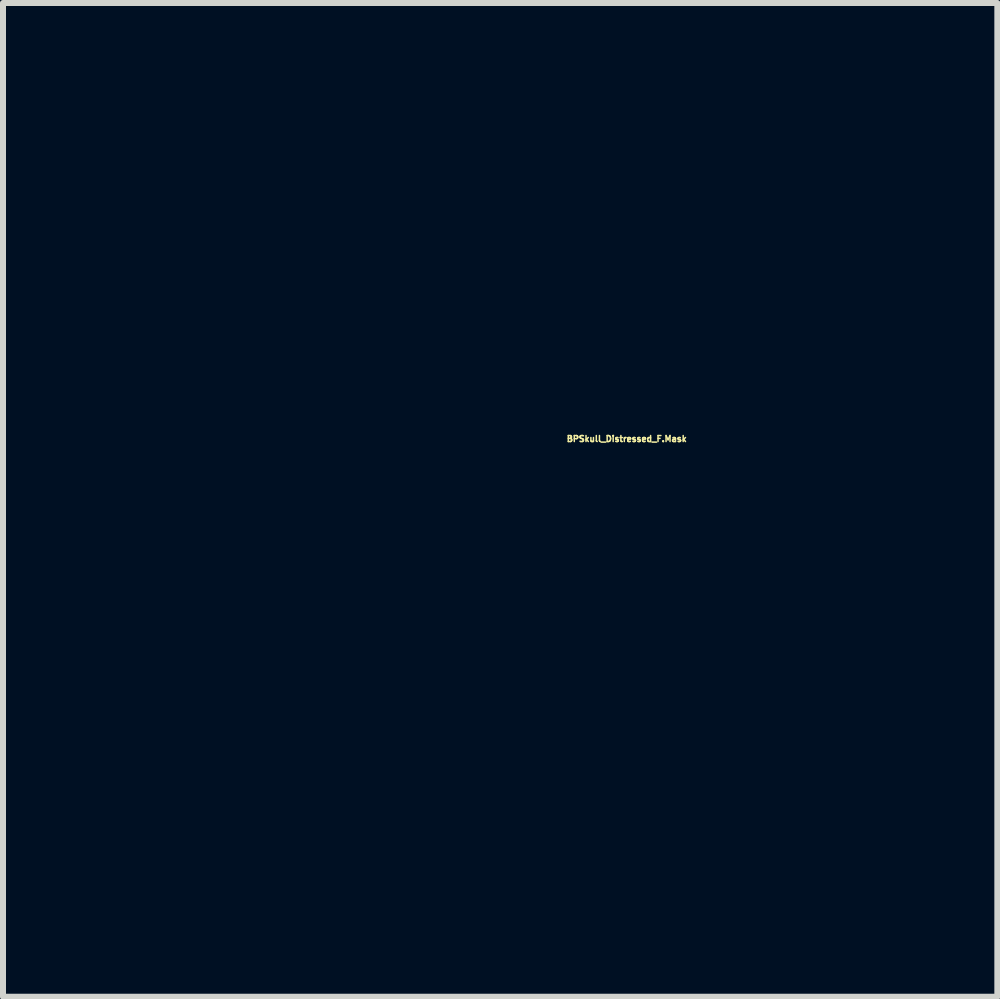
<source format=kicad_pcb>
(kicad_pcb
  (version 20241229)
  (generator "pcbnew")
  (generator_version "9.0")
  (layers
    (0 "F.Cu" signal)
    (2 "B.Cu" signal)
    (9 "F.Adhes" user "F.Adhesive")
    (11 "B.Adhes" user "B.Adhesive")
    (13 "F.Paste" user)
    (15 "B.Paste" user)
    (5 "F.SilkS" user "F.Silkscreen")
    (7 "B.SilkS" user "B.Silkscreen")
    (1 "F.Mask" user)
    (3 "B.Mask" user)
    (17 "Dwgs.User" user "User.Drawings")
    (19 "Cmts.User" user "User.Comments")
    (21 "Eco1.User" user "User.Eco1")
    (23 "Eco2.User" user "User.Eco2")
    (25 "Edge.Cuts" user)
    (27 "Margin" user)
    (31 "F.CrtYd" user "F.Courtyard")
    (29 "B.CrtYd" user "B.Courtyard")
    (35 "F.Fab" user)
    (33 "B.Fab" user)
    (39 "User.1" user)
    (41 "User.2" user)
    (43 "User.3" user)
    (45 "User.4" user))
  (footprint "BPSkull_Distressed_F.Mask"
    (layer "F.Cu")
    (at 5.259 5.278)
    (property "Reference" "BPSkull_Distressed_F.Mask" (at 2.134 -1.016 0) (layer "F.SilkS") (effects (font (size 0.1 0.1) (thickness 0.025))))
    (attr board_only exclude_from_pos_files exclude_from_bom)
    (fp_poly (pts (xy -2.543 -0.958) (xy -2.4 -0.861) (xy -2.374 -0.842) (xy -2.13 -0.66) (xy -2.11 -0.828) (xy -2.09 -0.937) (xy -2.057 -0.987) (xy -2.012 -0.996) (xy -1.968 -0.987) (xy -1.942 -0.945) (xy -1.928 -0.854) (xy -1.922 -0.766) (xy -1.911 -0.536) (xy -1.662 -0.559) (xy -1.515 -0.569) (xy -1.425 -0.56) (xy -1.373 -0.532) (xy -1.363 -0.522) (xy -1.335 -0.448) (xy -1.355 -0.397) (xy -1.393 -0.362) (xy -1.463 -0.345) (xy -1.584 -0.343) (xy -1.656 -0.346) (xy -1.915 -0.36) (xy -1.915 -0.165) (xy -1.928 -0.023) (xy -1.963 0.068) (xy -2.015 0.097) (xy -2.064 0.069) (xy -2.096 0.000428) (xy -2.11 -0.102) (xy -2.11 -0.106) (xy -2.115 -0.193) (xy -2.128 -0.234) (xy -2.13 -0.234) (xy -2.168 -0.213) (xy -2.252 -0.156) (xy -2.365 -0.075) (xy -2.388 -0.059) (xy -2.521 0.037) (xy -2.606 0.092) (xy -2.659 0.112) (xy -2.693 0.105) (xy -2.709 0.091) (xy -2.724 0.04) (xy -2.733 -0.062) (xy -2.735 -0.147) (xy -2.735 -0.359) (xy -2.98 -0.351) (xy -3.145 -0.346) (xy -3.247 -0.348) (xy -3.3 -0.363) (xy -3.318 -0.393) (xy -3.316 -0.445) (xy -3.315 -0.45) (xy -2.54 -0.45) (xy -2.537 -0.31) (xy -2.521 -0.237) (xy -2.479 -0.226) (xy -2.4 -0.274) (xy -2.291 -0.361) (xy -2.18 -0.453) (xy -2.311 -0.552) (xy -2.429 -0.639) (xy -2.498 -0.674) (xy -2.53 -0.652) (xy -2.539 -0.565) (xy -2.54 -0.45) (xy -3.315 -0.45) (xy -3.314 -0.459) (xy -3.302 -0.567) (xy -2.735 -0.539) (xy -2.735 -0.759) (xy -2.728 -0.9) (xy -2.699 -0.979) (xy -2.64 -0.998) (xy -2.543 -0.958)) (stroke (width 0.01) (type solid)) (fill yes) (layer "F.Mask"))
    (fp_poly (pts (xy -0.127 -5.271) (xy 0.139 -5.264) (xy 0.175 -5.263) (xy 0.485 -5.253) (xy 0.737 -5.239) (xy 0.95 -5.22) (xy 1.146 -5.19) (xy 1.344 -5.149) (xy 1.564 -5.093) (xy 1.817 -5.021) (xy 2.336 -4.833) (xy 2.85 -4.577) (xy 3.345 -4.262) (xy 3.806 -3.895) (xy 3.974 -3.741) (xy 4.235 -3.479) (xy 4.437 -3.257) (xy 4.579 -3.075) (xy 4.658 -2.936) (xy 4.675 -2.84) (xy 4.674 -2.837) (xy 4.667 -2.748) (xy 4.699 -2.714) (xy 4.75 -2.738) (xy 4.785 -2.741) (xy 4.83 -2.693) (xy 4.894 -2.587) (xy 4.94 -2.497) (xy 5.006 -2.353) (xy 5.056 -2.224) (xy 5.079 -2.135) (xy 5.08 -2.124) (xy 5.093 -2.054) (xy 5.116 -2.032) (xy 5.146 -1.996) (xy 5.18 -1.896) (xy 5.215 -1.75) (xy 5.249 -1.571) (xy 5.277 -1.374) (xy 5.298 -1.175) (xy 5.303 -1.094) (xy 5.302 -0.761) (xy 5.26 -0.466) (xy 5.179 -0.222) (xy 5.112 -0.103) (xy 5.049 -0.023) (xy 4.947 0.096) (xy 4.824 0.233) (xy 4.741 0.322) (xy 4.623 0.45) (xy 4.529 0.559) (xy 4.47 0.635) (xy 4.455 0.664) (xy 4.429 0.698) (xy 4.349 0.69) (xy 4.211 0.639) (xy 4.015 0.545) (xy 3.862 0.464) (xy 3.768 0.399) (xy 3.725 0.33) (xy 3.724 0.238) (xy 3.754 0.103) (xy 3.771 0.039) (xy 3.801 -0.156) (xy 4.885 -0.156) (xy 4.914 -0.118) (xy 4.924 -0.117) (xy 4.962 -0.147) (xy 4.963 -0.156) (xy 4.933 -0.194) (xy 4.924 -0.195) (xy 4.886 -0.166) (xy 4.885 -0.156) (xy 3.801 -0.156) (xy 3.825 -0.306) (xy 3.809 -0.664) (xy 3.729 -1.019) (xy 3.706 -1.075) (xy 5.119 -1.075) (xy 5.139 -1.055) (xy 5.158 -1.075) (xy 5.139 -1.094) (xy 5.119 -1.075) (xy 3.706 -1.075) (xy 3.589 -1.358) (xy 3.392 -1.665) (xy 3.279 -1.792) (xy 4.402 -1.792) (xy 4.406 -1.753) (xy 4.454 -1.667) (xy 4.545 -1.538) (xy 4.553 -1.528) (xy 4.67 -1.391) (xy 4.767 -1.309) (xy 4.839 -1.286) (xy 4.87 -1.316) (xy 4.976 -1.316) (xy 4.981 -1.292) (xy 5.002 -1.29) (xy 5.034 -1.304) (xy 5.028 -1.316) (xy 4.982 -1.32) (xy 4.976 -1.316) (xy 4.87 -1.316) (xy 4.879 -1.324) (xy 4.885 -1.371) (xy 4.855 -1.451) (xy 4.787 -1.535) (xy 4.706 -1.592) (xy 4.672 -1.601) (xy 4.622 -1.627) (xy 4.545 -1.689) (xy 4.526 -1.707) (xy 4.441 -1.779) (xy 4.402 -1.792) (xy 3.279 -1.792) (xy 3.245 -1.831) (xy 3.202 -1.869) (xy 4.537 -1.869) (xy 4.565 -1.842) (xy 4.572 -1.837) (xy 4.631 -1.802) (xy 4.649 -1.813) (xy 4.65 -1.837) (xy 4.618 -1.869) (xy 4.582 -1.875) (xy 4.537 -1.869) (xy 3.202 -1.869) (xy 3.106 -1.953) (xy 2.947 -2.07) (xy 2.85 -2.13) (xy 2.745 -2.184) (xy 2.654 -2.219) (xy 2.553 -2.237) (xy 2.419 -2.245) (xy 2.247 -2.247) (xy 2.061 -2.245) (xy 1.932 -2.236) (xy 1.836 -2.217) (xy 1.751 -2.183) (xy 1.676 -2.141) (xy 1.56 -2.059) (xy 1.422 -1.941) (xy 1.29 -1.812) (xy 1.278 -1.799) (xy 1.173 -1.69) (xy 1.085 -1.608) (xy 1.031 -1.566) (xy 1.023 -1.563) (xy 0.981 -1.591) (xy 0.897 -1.667) (xy 0.778 -1.783) (xy 0.634 -1.93) (xy 0.473 -2.097) (xy 0.305 -2.276) (xy 0.137 -2.457) (xy -0.02 -2.632) (xy -0.128 -2.755) (xy 0.656 -2.755) (xy 0.668 -2.685) (xy 0.673 -2.672) (xy 0.708 -2.613) (xy 0.75 -2.611) (xy 0.807 -2.645) (xy 0.87 -2.694) (xy 0.872 -2.734) (xy 0.837 -2.778) (xy 0.774 -2.825) (xy 0.708 -2.807) (xy 0.703 -2.804) (xy 0.656 -2.755) (xy -0.128 -2.755) (xy -0.158 -2.79) (xy -0.192 -2.829) (xy 2.23 -2.829) (xy 2.244 -2.797) (xy 2.289 -2.758) (xy 2.353 -2.722) (xy 2.381 -2.719) (xy 2.367 -2.752) (xy 2.322 -2.791) (xy 2.258 -2.827) (xy 2.23 -2.829) (xy -0.192 -2.829) (xy -0.224 -2.868) (xy -0.275 -2.931) (xy 4.181 -2.931) (xy 4.196 -2.899) (xy 4.207 -2.905) (xy 4.212 -2.951) (xy 4.207 -2.957) (xy 4.184 -2.951) (xy 4.181 -2.931) (xy -0.275 -2.931) (xy -0.386 -3.068) (xy -0.117 -3.068) (xy -0.098 -3.048) (xy -0.078 -3.068) (xy -0.098 -3.087) (xy -0.117 -3.068) (xy -0.386 -3.068) (xy -0.423 -3.113) (xy -0.479 -3.185) (xy 2.007 -3.185) (xy 2.009 -3.098) (xy 2.011 -3.091) (xy 2.051 -3.02) (xy 2.104 -3.024) (xy 2.153 -3.072) (xy 2.182 -3.127) (xy 2.15 -3.174) (xy 2.13 -3.189) (xy 2.052 -3.219) (xy 2.007 -3.185) (xy -0.479 -3.185) (xy -0.51 -3.224) (xy 4.377 -3.224) (xy 4.396 -3.204) (xy 4.416 -3.224) (xy 4.396 -3.243) (xy 4.377 -3.224) (xy -0.51 -3.224) (xy -0.626 -3.372) (xy -0.665 -3.423) (xy 1.731 -3.423) (xy 1.758 -3.4) (xy 1.821 -3.365) (xy 1.829 -3.378) (xy 1.824 -3.387) (xy 2.631 -3.387) (xy 2.637 -3.363) (xy 2.657 -3.361) (xy 2.689 -3.375) (xy 2.683 -3.387) (xy 2.637 -3.391) (xy 2.631 -3.387) (xy 1.824 -3.387) (xy 1.817 -3.4) (xy 1.76 -3.437) (xy 1.746 -3.438) (xy 1.731 -3.423) (xy -0.665 -3.423) (xy -0.797 -3.597) (xy 0.279 -3.597) (xy 0.292 -3.558) (xy 0.341 -3.534) (xy 0.358 -3.54) (xy 0.374 -3.582) (xy 0.356 -3.607) (xy 0.303 -3.629) (xy 0.279 -3.597) (xy -0.797 -3.597) (xy -0.829 -3.638) (xy -0.856 -3.674) (xy 1.416 -3.674) (xy 1.458 -3.625) (xy 1.466 -3.619) (xy 1.542 -3.586) (xy 1.607 -3.591) (xy 1.634 -3.63) (xy 1.631 -3.646) (xy 1.579 -3.714) (xy 1.504 -3.743) (xy 1.439 -3.721) (xy 1.416 -3.674) (xy -0.856 -3.674) (xy -0.968 -3.826) (xy -0.272 -3.826) (xy -0.259 -3.77) (xy -0.22 -3.729) (xy -0.194 -3.733) (xy -0.176 -3.777) (xy -0.199 -3.814) (xy -0.251 -3.853) (xy -0.272 -3.826) (xy -0.968 -3.826) (xy -1.024 -3.902) (xy -1.07 -3.966) (xy -0.313 -3.966) (xy -0.293 -3.947) (xy -0.274 -3.966) (xy -0.293 -3.986) (xy -0.313 -3.966) (xy -1.07 -3.966) (xy -1.114 -4.027) (xy 2.831 -4.027) (xy 2.841 -4.011) (xy 2.897 -3.987) (xy 2.93 -4.029) (xy 2.931 -4.044) (xy 2.911 -4.096) (xy 2.894 -4.103) (xy 2.843 -4.077) (xy 2.831 -4.027) (xy -1.114 -4.027) (xy -1.206 -4.155) (xy -1.22 -4.175) (xy -0.026 -4.175) (xy -0.014 -4.123) (xy 0.041 -4.073) (xy 0.13 -4.072) (xy 0.19 -4.099) (xy 0.222 -4.142) (xy 0.199 -4.213) (xy 0.198 -4.215) (xy 0.131 -4.284) (xy 0.056 -4.293) (xy -0.004 -4.253) (xy -0.026 -4.175) (xy -1.22 -4.175) (xy -1.298 -4.287) (xy -0.752 -4.287) (xy -0.716 -4.24) (xy -0.711 -4.236) (xy -0.641 -4.208) (xy -0.583 -4.217) (xy -0.566 -4.257) (xy -0.573 -4.273) (xy -0.632 -4.364) (xy -0.676 -4.389) (xy -0.719 -4.356) (xy -0.724 -4.349) (xy -0.752 -4.287) (xy -1.298 -4.287) (xy -1.37 -4.39) (xy -1.475 -4.548) (xy -1.003 -4.548) (xy -0.996 -4.533) (xy -0.961 -4.496) (xy -0.955 -4.494) (xy -0.938 -4.524) (xy -0.938 -4.533) (xy -0.952 -4.55) (xy 2.203 -4.55) (xy 2.228 -4.481) (xy 2.249 -4.458) (xy 2.332 -4.398) (xy 2.389 -4.411) (xy 2.415 -4.482) (xy 2.398 -4.554) (xy 2.338 -4.585) (xy 2.243 -4.59) (xy 2.203 -4.55) (xy -0.952 -4.55) (xy -0.968 -4.57) (xy -0.979 -4.572) (xy -1.003 -4.548) (xy -1.475 -4.548) (xy -1.509 -4.599) (xy -1.617 -4.772) (xy -1.689 -4.902) (xy -1.719 -4.98) (xy -1.719 -4.986) (xy -1.716 -5.017) (xy -1.697 -5.042) (xy -1.653 -5.064) (xy -1.571 -5.089) (xy -1.44 -5.119) (xy -1.249 -5.158) (xy -1.129 -5.181) (xy -0.943 -5.217) (xy -0.789 -5.243) (xy -0.648 -5.26) (xy -0.503 -5.27) (xy -0.335 -5.273) (xy -0.127 -5.271)) (stroke (width 0.01) (type solid)) (fill yes) (layer "F.Mask"))
    (fp_poly (pts (xy -2.439 -4.757) (xy -2.413 -4.72) (xy -2.354 -4.628) (xy -2.271 -4.497) (xy -2.172 -4.337) (xy -2.152 -4.306) (xy -2.02 -4.1) (xy -1.86 -3.862) (xy -1.693 -3.622) (xy -1.543 -3.415) (xy -1.41 -3.233) (xy -1.319 -3.104) (xy -1.267 -3.016) (xy -1.247 -2.962) (xy -1.255 -2.932) (xy -1.266 -2.923) (xy -1.309 -2.869) (xy -1.327 -2.792) (xy -1.317 -2.724) (xy -1.28 -2.697) (xy -1.184 -2.731) (xy -1.129 -2.804) (xy -1.1 -2.8) (xy -1.037 -2.745) (xy -0.954 -2.649) (xy -0.938 -2.629) (xy -0.759 -2.411) (xy -0.539 -2.157) (xy -0.291 -1.884) (xy -0.032 -1.609) (xy 0.223 -1.349) (xy 0.457 -1.119) (xy 0.612 -0.975) (xy 0.719 -0.876) (xy 0.781 -0.797) (xy 0.814 -0.71) (xy 0.834 -0.586) (xy 0.838 -0.545) (xy 0.913 -0.113) (xy 1.039 0.265) (xy 1.214 0.588) (xy 1.435 0.853) (xy 1.702 1.057) (xy 2.013 1.198) (xy 2.214 1.251) (xy 2.499 1.273) (xy 2.777 1.223) (xy 3.058 1.099) (xy 3.07 1.093) (xy 3.273 0.976) (xy 3.572 1.118) (xy 3.87 1.26) (xy 3.749 1.46) (xy 3.594 1.737) (xy 3.474 1.993) (xy 3.387 2.246) (xy 3.328 2.514) (xy 3.293 2.814) (xy 3.277 3.164) (xy 3.275 3.4) (xy 3.272 3.694) (xy 3.263 3.917) (xy 3.247 4.072) (xy 3.224 4.166) (xy 3.224 4.168) (xy 3.185 4.232) (xy 3.117 4.298) (xy 3.007 4.376) (xy 2.844 4.475) (xy 2.749 4.529) (xy 2.583 4.62) (xy 2.44 4.695) (xy 2.335 4.747) (xy 2.281 4.767) (xy 2.28 4.767) (xy 2.259 4.735) (xy 2.242 4.635) (xy 2.23 4.464) (xy 2.221 4.243) (xy 2.214 4.024) (xy 2.205 3.869) (xy 2.191 3.761) (xy 2.171 3.686) (xy 2.141 3.629) (xy 2.126 3.608) (xy 2.013 3.514) (xy 1.979 3.506) (xy 2.508 3.506) (xy 2.528 3.531) (xy 2.586 3.546) (xy 2.639 3.504) (xy 2.648 3.485) (xy 2.629 3.448) (xy 2.582 3.439) (xy 2.512 3.458) (xy 2.508 3.506) (xy 1.979 3.506) (xy 1.876 3.481) (xy 1.734 3.506) (xy 1.607 3.587) (xy 1.537 3.681) (xy 1.51 3.742) (xy 1.491 3.819) (xy 1.478 3.925) (xy 1.471 4.074) (xy 1.467 4.279) (xy 1.466 4.455) (xy 1.465 5.1) (xy 1.075 5.188) (xy 0.89 5.225) (xy 0.717 5.252) (xy 0.579 5.265) (xy 0.528 5.266) (xy 0.371 5.256) (xy 0.37 4.766) (xy 0.368 4.552) (xy 0.361 4.4) (xy 0.347 4.292) (xy 0.325 4.212) (xy 0.291 4.143) (xy 0.29 4.141) (xy 0.183 4.019) (xy 0.054 3.957) (xy -0.082 3.958) (xy -0.204 4.023) (xy -0.263 4.092) (xy -0.293 4.152) (xy -0.314 4.237) (xy -0.329 4.36) (xy -0.339 4.535) (xy -0.346 4.736) (xy -0.359 5.275) (xy -0.522 5.272) (xy -0.653 5.262) (xy -0.815 5.238) (xy -0.918 5.218) (xy -1.072 5.183) (xy -1.216 5.149) (xy -1.29 5.131) (xy -1.426 5.095) (xy -1.449 4.449) (xy -1.46 4.193) (xy -1.472 4.001) (xy -1.488 3.86) (xy -1.508 3.756) (xy -1.535 3.676) (xy -1.547 3.651) (xy -1.603 3.552) (xy -1.666 3.505) (xy -1.766 3.487) (xy -1.786 3.485) (xy -1.935 3.489) (xy -2.048 3.529) (xy -2.129 3.612) (xy -2.184 3.747) (xy -2.215 3.942) (xy -2.227 4.204) (xy -2.227 4.294) (xy -2.227 4.765) (xy -2.335 4.725) (xy -2.461 4.669) (xy -2.613 4.589) (xy -2.775 4.495) (xy -2.933 4.396) (xy -3.07 4.303) (xy -3.171 4.224) (xy -3.221 4.17) (xy -3.224 4.163) (xy -3.23 4.1) (xy -3.237 3.972) (xy -3.244 3.795) (xy -3.25 3.582) (xy -3.255 3.393) (xy -1.309 3.393) (xy -1.297 3.431) (xy -1.243 3.502) (xy -1.204 3.544) (xy -1.103 3.638) (xy -1.038 3.673) (xy -1.016 3.647) (xy -1.016 3.647) (xy -1.042 3.604) (xy -1.105 3.538) (xy -1.185 3.469) (xy -1.258 3.413) (xy -1.304 3.391) (xy -1.309 3.393) (xy -3.255 3.393) (xy -3.255 3.385) (xy 1.655 3.385) (xy 1.661 3.4) (xy 1.696 3.437) (xy 1.702 3.439) (xy 1.719 3.409) (xy 1.719 3.4) (xy 1.689 3.362) (xy 1.678 3.361) (xy 1.655 3.385) (xy -3.255 3.385) (xy -3.255 3.38) (xy -3.261 3.127) (xy -3.262 3.092) (xy -1.829 3.092) (xy -1.796 3.156) (xy -1.71 3.243) (xy -1.622 3.32) (xy -1.57 3.352) (xy -1.532 3.349) (xy -1.502 3.331) (xy -1.479 3.304) (xy -1.244 3.304) (xy -1.23 3.319) (xy -1.204 3.32) (xy -1.132 3.3) (xy -1.112 3.28) (xy -1.097 3.23) (xy -1.134 3.226) (xy -1.195 3.262) (xy -1.244 3.304) (xy -1.479 3.304) (xy -1.437 3.255) (xy -1.439 3.174) (xy -1.463 3.146) (xy 1.719 3.146) (xy 1.739 3.165) (xy 1.758 3.146) (xy 1.739 3.126) (xy 1.719 3.146) (xy -1.463 3.146) (xy -1.497 3.104) (xy -1.602 3.058) (xy -1.693 3.048) (xy -1.795 3.058) (xy -1.829 3.092) (xy -3.262 3.092) (xy -3.268 2.934) (xy -3.269 2.919) (xy 2.309 2.919) (xy 2.327 2.93) (xy 2.345 2.931) (xy 2.383 2.901) (xy 2.384 2.892) (xy 2.416 2.86) (xy 2.462 2.853) (xy 2.525 2.829) (xy 2.535 2.773) (xy 2.489 2.713) (xy 2.465 2.698) (xy 2.41 2.682) (xy 2.374 2.718) (xy 2.348 2.781) (xy 2.316 2.876) (xy 2.309 2.919) (xy -3.269 2.919) (xy -3.275 2.833) (xy -2.188 2.833) (xy -2.169 2.853) (xy -2.149 2.833) (xy -2.169 2.814) (xy -2.188 2.833) (xy -3.275 2.833) (xy -3.278 2.785) (xy -3.295 2.661) (xy -3.32 2.545) (xy -3.349 2.442) (xy -2.696 2.442) (xy -2.677 2.462) (xy -2.657 2.442) (xy 2.306 2.442) (xy 2.325 2.462) (xy 2.345 2.442) (xy 2.325 2.423) (xy 2.306 2.442) (xy -2.657 2.442) (xy -2.677 2.423) (xy -2.696 2.442) (xy -3.349 2.442) (xy -3.356 2.419) (xy -3.374 2.364) (xy -2.579 2.364) (xy -2.56 2.384) (xy -2.557 2.381) (xy -1.211 2.381) (xy -1.183 2.421) (xy -1.172 2.423) (xy -1.134 2.409) (xy -1.133 2.406) (xy -1.161 2.372) (xy -1.172 2.364) (xy -1.208 2.367) (xy -1.211 2.381) (xy -2.557 2.381) (xy -2.54 2.364) (xy -2.56 2.345) (xy -2.579 2.364) (xy -3.374 2.364) (xy -3.405 2.267) (xy -3.405 2.266) (xy -2.735 2.266) (xy -2.721 2.299) (xy -2.709 2.293) (xy -2.707 2.271) (xy -1.933 2.271) (xy -1.927 2.302) (xy -1.886 2.356) (xy -1.819 2.377) (xy -1.756 2.366) (xy -1.727 2.322) (xy -1.728 2.307) (xy -1.771 2.258) (xy -1.844 2.235) (xy -1.917 2.235) (xy -1.933 2.271) (xy -2.707 2.271) (xy -2.705 2.246) (xy -2.709 2.24) (xy -2.733 2.246) (xy -2.735 2.266) (xy -3.405 2.266) (xy -3.412 2.247) (xy -3.508 1.985) (xy -3.586 1.817) (xy -2.609 1.817) (xy -2.601 1.861) (xy -2.53 1.885) (xy -2.442 1.87) (xy -2.37 1.816) (xy -2.364 1.802) (xy -1.485 1.802) (xy -1.459 1.835) (xy -1.405 1.829) (xy -1.359 1.79) (xy -1.355 1.782) (xy -1.349 1.719) (xy -1.354 1.71) (xy -0.503 1.71) (xy -0.475 1.884) (xy -0.43 1.993) (xy -0.313 2.149) (xy -0.165 2.241) (xy 0.002 2.267) (xy 0.172 2.224) (xy 0.294 2.143) (xy 0.422 2.015) (xy 0.433 1.997) (xy 2.053 1.997) (xy 2.057 2.035) (xy 2.102 2.044) (xy 2.197 2.03) (xy 2.319 1.992) (xy 2.419 1.934) (xy 2.432 1.923) (xy 2.511 1.844) (xy 2.386 1.779) (xy 2.296 1.739) (xy 2.234 1.739) (xy 2.166 1.776) (xy 2.096 1.837) (xy 2.068 1.886) (xy 2.058 1.967) (xy 2.053 1.997) (xy 0.433 1.997) (xy 0.503 1.887) (xy 0.539 1.746) (xy 0.534 1.661) (xy 2.345 1.661) (xy 2.364 1.68) (xy 2.384 1.661) (xy 2.364 1.641) (xy 2.345 1.661) (xy 0.534 1.661) (xy 0.53 1.579) (xy 0.477 1.372) (xy 0.39 1.128) (xy 0.302 0.904) (xy 0.235 0.743) (xy 0.184 0.635) (xy 0.143 0.568) (xy 0.107 0.531) (xy 0.069 0.516) (xy 0.064 0.515) (xy -0.024 0.53) (xy -0.116 0.613) (xy -0.211 0.765) (xy -0.313 0.99) (xy -0.416 1.267) (xy -0.484 1.51) (xy -0.503 1.71) (xy -1.354 1.71) (xy -1.357 1.704) (xy -1.4 1.705) (xy -1.454 1.745) (xy -1.484 1.796) (xy -1.485 1.802) (xy -2.364 1.802) (xy -2.345 1.755) (xy -2.375 1.713) (xy -2.445 1.703) (xy -2.523 1.727) (xy -2.546 1.744) (xy -2.609 1.817) (xy -3.586 1.817) (xy -3.615 1.755) (xy -3.744 1.537) (xy -3.753 1.525) (xy -1.714 1.525) (xy -1.711 1.539) (xy -1.685 1.573) (xy -1.626 1.628) (xy -1.591 1.641) (xy -1.563 1.634) (xy -1.566 1.63) (xy -1.607 1.601) (xy -1.661 1.562) (xy -1.714 1.525) (xy -3.753 1.525) (xy -3.839 1.407) (xy -3.556 1.407) (xy -3.542 1.439) (xy -3.53 1.433) (xy -3.525 1.386) (xy -3.53 1.381) (xy -3.553 1.386) (xy -3.556 1.407) (xy -3.839 1.407) (xy -3.909 1.311) (xy -3.94 1.274) (xy -1.168 1.274) (xy -1.158 1.328) (xy -1.147 1.341) (xy -1.099 1.348) (xy -1.059 1.309) (xy -1.055 1.287) (xy -1.087 1.255) (xy -1.114 1.25) (xy -1.168 1.274) (xy -3.94 1.274) (xy -4.12 1.059) (xy -4.158 1.016) (xy -4.025 1.016) (xy -3.993 1.051) (xy -3.966 1.055) (xy -3.914 1.034) (xy -3.908 1.016) (xy -3.939 0.981) (xy -3.966 0.977) (xy -4.018 0.998) (xy -4.025 1.016) (xy -4.158 1.016) (xy -4.425 0.715) (xy -4.644 0.464) (xy -4.672 0.431) (xy -4.33 0.431) (xy -4.287 0.454) (xy -4.226 0.45) (xy -4.135 0.448) (xy -4.082 0.471) (xy -4.082 0.471) (xy -4.051 0.505) (xy -4.046 0.469) (xy -4.066 0.365) (xy -4.074 0.332) (xy -3.986 0.332) (xy -3.966 0.352) (xy -3.947 0.332) (xy -3.966 0.313) (xy -3.986 0.332) (xy -4.074 0.332) (xy -4.084 0.293) (xy -4.109 0.213) (xy -4.025 0.213) (xy -4.005 0.266) (xy -3.986 0.274) (xy -3.948 0.245) (xy -3.947 0.237) (xy -3.975 0.184) (xy -3.986 0.176) (xy -4.019 0.185) (xy -4.025 0.213) (xy -4.109 0.213) (xy -4.115 0.194) (xy -4.134 0.167) (xy -4.14 0.196) (xy -4.176 0.294) (xy -4.228 0.333) (xy -4.31 0.386) (xy -4.33 0.431) (xy -4.672 0.431) (xy -4.821 0.255) (xy -4.921 0.13) (xy -4.442 0.13) (xy -4.436 0.153) (xy -4.416 0.156) (xy -4.384 0.142) (xy -4.39 0.13) (xy -4.436 0.126) (xy -4.442 0.13) (xy -4.921 0.13) (xy -4.96 0.081) (xy -5.004 0.02) (xy -4.181 0.02) (xy -4.162 0.039) (xy -4.142 0.02) (xy -4.162 0) (xy -4.181 0.02) (xy -5.004 0.02) (xy -5.066 -0.068) (xy -5.143 -0.199) (xy -5.196 -0.321) (xy -5.228 -0.441) (xy -5.229 -0.448) (xy -3.788 -0.448) (xy -3.757 -0.054) (xy -3.731 0.07) (xy -3.646 0.348) (xy -3.526 0.581) (xy -3.354 0.801) (xy -3.319 0.839) (xy -3.068 1.056) (xy -2.799 1.197) (xy -2.511 1.262) (xy -2.204 1.251) (xy -1.887 1.166) (xy -1.658 1.044) (xy -1.459 0.879) (xy -0.899 0.879) (xy -0.879 0.899) (xy -0.86 0.879) (xy -0.879 0.86) (xy -0.899 0.879) (xy -1.459 0.879) (xy -1.435 0.859) (xy -1.229 0.626) (xy -1.053 0.358) (xy -0.919 0.071) (xy -0.876 -0.059) (xy -0.816 -0.379) (xy -0.81 -0.721) (xy -0.854 -1.063) (xy -0.946 -1.382) (xy -1.074 -1.641) (xy -1.278 -1.899) (xy -1.519 -2.092) (xy -1.785 -2.22) (xy -2.069 -2.281) (xy -2.362 -2.276) (xy -2.654 -2.202) (xy -2.935 -2.058) (xy -3.198 -1.846) (xy -3.205 -1.838) (xy -3.452 -1.536) (xy -3.633 -1.198) (xy -3.746 -0.832) (xy -3.788 -0.448) (xy -5.229 -0.448) (xy -5.246 -0.569) (xy -5.251 -0.667) (xy -4.914 -0.667) (xy -4.909 -0.664) (xy -4.873 -0.692) (xy -4.866 -0.702) (xy -4.163 -0.702) (xy -4.159 -0.615) (xy -4.143 -0.539) (xy -4.12 -0.508) (xy -4.114 -0.543) (xy -4.112 -0.629) (xy -4.113 -0.664) (xy -4.123 -0.758) (xy -4.143 -0.775) (xy -4.152 -0.763) (xy -4.163 -0.702) (xy -4.866 -0.702) (xy -4.865 -0.703) (xy -4.855 -0.74) (xy -4.86 -0.742) (xy -4.896 -0.715) (xy -4.904 -0.703) (xy -4.914 -0.667) (xy -5.251 -0.667) (xy -5.253 -0.711) (xy -5.254 -0.877) (xy -5.254 -0.957) (xy -5.252 -1.18) (xy -5.249 -1.27) (xy -4.689 -1.27) (xy -4.67 -1.25) (xy -4.65 -1.27) (xy -4.67 -1.29) (xy -4.611 -1.29) (xy -4.579 -1.255) (xy -4.552 -1.25) (xy -4.5 -1.272) (xy -4.494 -1.29) (xy -4.517 -1.315) (xy -3.882 -1.315) (xy -3.865 -1.259) (xy -3.857 -1.246) (xy -3.819 -1.194) (xy -3.794 -1.21) (xy -3.775 -1.25) (xy -3.754 -1.321) (xy -3.759 -1.349) (xy -3.808 -1.355) (xy -3.842 -1.346) (xy -3.882 -1.315) (xy -4.517 -1.315) (xy -4.525 -1.324) (xy -4.552 -1.329) (xy -4.604 -1.308) (xy -4.611 -1.29) (xy -4.67 -1.29) (xy -4.689 -1.27) (xy -5.249 -1.27) (xy -5.246 -1.347) (xy -5.244 -1.368) (xy -4.142 -1.368) (xy -4.114 -1.33) (xy -4.105 -1.329) (xy -4.052 -1.357) (xy -4.044 -1.368) (xy -4.053 -1.401) (xy -4.081 -1.407) (xy -4.135 -1.386) (xy -4.142 -1.368) (xy -5.244 -1.368) (xy -5.233 -1.48) (xy -5.209 -1.602) (xy -5.171 -1.735) (xy -5.116 -1.902) (xy -5.109 -1.921) (xy -5.107 -1.928) (xy -4.924 -1.928) (xy -4.903 -1.886) (xy -4.829 -1.885) (xy -4.819 -1.887) (xy -4.714 -1.882) (xy -4.66 -1.852) (xy -4.581 -1.801) (xy -4.522 -1.825) (xy -4.512 -1.838) (xy -4.512 -1.899) (xy -4.557 -1.954) (xy -4.618 -1.972) (xy -4.627 -1.969) (xy -4.69 -1.98) (xy -4.726 -2.01) (xy -4.727 -2.01) (xy -4.181 -2.01) (xy -4.174 -1.963) (xy -4.135 -1.961) (xy -4.086 -1.978) (xy -4.045 -2.011) (xy -4.067 -2.056) (xy -4.128 -2.09) (xy -4.172 -2.057) (xy -4.181 -2.01) (xy -4.727 -2.01) (xy -4.794 -2.042) (xy -4.869 -2.022) (xy -4.918 -1.961) (xy -4.924 -1.928) (xy -5.107 -1.928) (xy -5.037 -2.122) (xy -4.958 -2.326) (xy -4.889 -2.488) (xy -3.738 -2.488) (xy -3.733 -2.465) (xy -3.712 -2.462) (xy -3.68 -2.476) (xy -3.686 -2.488) (xy -3.733 -2.493) (xy -3.738 -2.488) (xy -4.889 -2.488) (xy -4.883 -2.502) (xy -4.843 -2.586) (xy -4.779 -2.696) (xy -1.563 -2.696) (xy -1.549 -2.664) (xy -1.537 -2.67) (xy -1.532 -2.717) (xy -1.537 -2.722) (xy -1.56 -2.717) (xy -1.563 -2.696) (xy -4.779 -2.696) (xy -4.672 -2.879) (xy -4.533 -3.072) (xy -4.064 -3.072) (xy -4.029 -3.068) (xy -3.943 -3.066) (xy -3.91 -3.066) (xy -3.814 -3.072) (xy -3.785 -3.092) (xy -3.796 -3.113) (xy -3.859 -3.145) (xy -3.887 -3.141) (xy -3.949 -3.147) (xy -3.965 -3.163) (xy -3.967 -3.208) (xy -3.917 -3.229) (xy -3.84 -3.22) (xy -3.771 -3.188) (xy -3.703 -3.154) (xy -3.673 -3.161) (xy -3.673 -3.162) (xy -3.701 -3.216) (xy -3.709 -3.222) (xy -3.729 -3.272) (xy -3.724 -3.322) (xy -3.723 -3.38) (xy -3.777 -3.399) (xy -3.804 -3.4) (xy -3.897 -3.425) (xy -3.948 -3.468) (xy -3.98 -3.515) (xy -3.979 -3.495) (xy -3.971 -3.469) (xy -3.97 -3.391) (xy -3.994 -3.279) (xy -4.007 -3.239) (xy -4.041 -3.14) (xy -4.062 -3.08) (xy -4.064 -3.072) (xy -4.533 -3.072) (xy -4.446 -3.19) (xy -4.18 -3.505) (xy -4.046 -3.642) (xy -3.699 -3.642) (xy -3.658 -3.64) (xy -3.601 -3.662) (xy -1.83 -3.662) (xy -1.821 -3.64) (xy -1.781 -3.598) (xy -1.759 -3.607) (xy -1.758 -3.612) (xy -1.786 -3.645) (xy -1.804 -3.657) (xy -1.83 -3.662) (xy -3.601 -3.662) (xy -3.56 -3.678) (xy -3.523 -3.696) (xy -3.44 -3.755) (xy -3.4 -3.817) (xy -3.4 -3.825) (xy -3.393 -3.849) (xy -1.954 -3.849) (xy -1.934 -3.83) (xy -1.915 -3.849) (xy -1.934 -3.869) (xy -1.954 -3.849) (xy -3.393 -3.849) (xy -3.377 -3.907) (xy -3.358 -3.934) (xy -3.353 -3.968) (xy -3.419 -3.995) (xy -3.446 -4.001) (xy -3.565 -3.997) (xy -3.642 -3.94) (xy -3.663 -3.843) (xy -3.657 -3.812) (xy -3.66 -3.725) (xy -3.68 -3.685) (xy -3.699 -3.642) (xy -4.046 -3.642) (xy -3.888 -3.806) (xy -3.584 -4.076) (xy -3.418 -4.206) (xy -3.397 -4.22) (xy -3.087 -4.22) (xy -3.074 -4.182) (xy -3.07 -4.181) (xy -3.036 -4.209) (xy -3.028 -4.22) (xy -3.032 -4.256) (xy -3.046 -4.259) (xy -3.085 -4.231) (xy -3.087 -4.22) (xy -3.397 -4.22) (xy -3.279 -4.303) (xy -3.117 -4.406) (xy -2.947 -4.509) (xy -2.782 -4.604) (xy -2.635 -4.682) (xy -2.52 -4.737) (xy -2.451 -4.759) (xy -2.439 -4.757)) (stroke (width 0.01) (type solid)) (fill yes) (layer "F.Mask")))
  (gr_rect
    (start -3 -3)
    (end 13.568 13.558)
    (stroke (width 0.1) (type default))
    (fill no)
    (layer "Edge.Cuts")))
</source>
